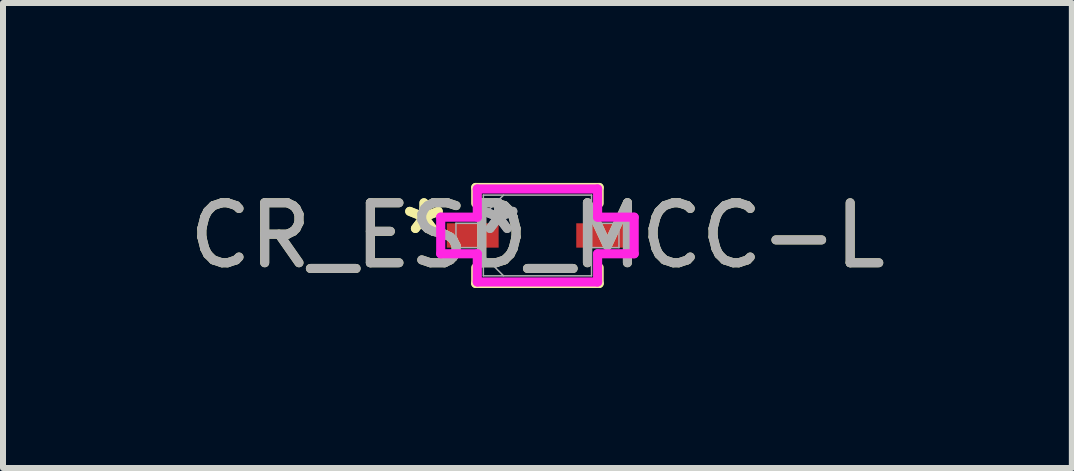
<source format=kicad_pcb>
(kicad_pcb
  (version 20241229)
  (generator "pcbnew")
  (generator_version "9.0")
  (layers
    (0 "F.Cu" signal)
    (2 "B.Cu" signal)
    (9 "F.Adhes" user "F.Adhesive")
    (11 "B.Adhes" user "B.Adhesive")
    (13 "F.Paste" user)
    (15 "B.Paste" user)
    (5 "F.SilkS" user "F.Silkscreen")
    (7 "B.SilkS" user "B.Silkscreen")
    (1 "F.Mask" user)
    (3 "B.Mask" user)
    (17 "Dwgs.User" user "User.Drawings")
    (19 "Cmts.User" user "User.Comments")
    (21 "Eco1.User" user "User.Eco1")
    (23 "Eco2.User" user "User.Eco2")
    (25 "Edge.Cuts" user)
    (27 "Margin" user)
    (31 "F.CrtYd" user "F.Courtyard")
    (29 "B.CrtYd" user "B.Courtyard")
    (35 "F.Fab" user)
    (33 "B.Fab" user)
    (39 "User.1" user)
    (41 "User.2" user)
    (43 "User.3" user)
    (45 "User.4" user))
  (footprint "CR_ESD_MCC-L"
    (layer "F.Cu")
    (at 5.911 0.876)
    (property "Reference" "CR_ESD_MCC-L" (at 0 0 0) (unlocked yes) (layer "F.SilkS") (effects (font (size 1 1) (thickness 0.15))))
    (attr smd)
    (fp_line (start -1.029 -0.8) (end -1.029 -0.536) (stroke (width 0.152) (type solid)) (layer "F.SilkS"))
    (fp_line (start -1.029 0.536) (end -1.029 0.8) (stroke (width 0.152) (type solid)) (layer "F.SilkS"))
    (fp_line (start -1.029 0.8) (end 1.029 0.8) (stroke (width 0.152) (type solid)) (layer "F.SilkS"))
    (fp_line (start 1.029 -0.8) (end -1.029 -0.8) (stroke (width 0.152) (type solid)) (layer "F.SilkS"))
    (fp_line (start 1.029 -0.536) (end 1.029 -0.8) (stroke (width 0.152) (type solid)) (layer "F.SilkS"))
    (fp_line (start 1.029 0.8) (end 1.029 0.536) (stroke (width 0.152) (type solid)) (layer "F.SilkS"))
    (fp_line (start -1.613 -0.305) (end -1.003 -0.305) (stroke (width 0.152) (type solid)) (layer "F.CrtYd"))
    (fp_line (start -1.613 0.305) (end -1.613 -0.305) (stroke (width 0.152) (type solid)) (layer "F.CrtYd"))
    (fp_line (start -1.003 -0.775) (end 1.003 -0.775) (stroke (width 0.152) (type solid)) (layer "F.CrtYd"))
    (fp_line (start -1.003 -0.305) (end -1.003 -0.775) (stroke (width 0.152) (type solid)) (layer "F.CrtYd"))
    (fp_line (start -1.003 0.305) (end -1.613 0.305) (stroke (width 0.152) (type solid)) (layer "F.CrtYd"))
    (fp_line (start -1.003 0.775) (end -1.003 0.305) (stroke (width 0.152) (type solid)) (layer "F.CrtYd"))
    (fp_line (start 1.003 -0.775) (end 1.003 -0.305) (stroke (width 0.152) (type solid)) (layer "F.CrtYd"))
    (fp_line (start 1.003 -0.305) (end 1.613 -0.305) (stroke (width 0.152) (type solid)) (layer "F.CrtYd"))
    (fp_line (start 1.003 0.305) (end 1.003 0.775) (stroke (width 0.152) (type solid)) (layer "F.CrtYd"))
    (fp_line (start 1.003 0.775) (end -1.003 0.775) (stroke (width 0.152) (type solid)) (layer "F.CrtYd"))
    (fp_line (start 1.613 -0.305) (end 1.613 0.305) (stroke (width 0.152) (type solid)) (layer "F.CrtYd"))
    (fp_line (start 1.613 0.305) (end 1.003 0.305) (stroke (width 0.152) (type solid)) (layer "F.CrtYd"))
    (fp_line (start -1.359 -0.203) (end -1.359 0.203) (stroke (width 0.025) (type solid)) (layer "F.Fab"))
    (fp_line (start -1.359 0.203) (end -0.902 0.203) (stroke (width 0.025) (type solid)) (layer "F.Fab"))
    (fp_line (start -0.902 -0.673) (end -0.902 0.673) (stroke (width 0.025) (type solid)) (layer "F.Fab"))
    (fp_line (start -0.902 -0.337) (end -0.565 -0.673) (stroke (width 0.025) (type solid)) (layer "F.Fab"))
    (fp_line (start -0.902 -0.203) (end -1.359 -0.203) (stroke (width 0.025) (type solid)) (layer "F.Fab"))
    (fp_line (start -0.902 0.203) (end -0.902 -0.203) (stroke (width 0.025) (type solid)) (layer "F.Fab"))
    (fp_line (start -0.902 0.337) (end -0.565 0.673) (stroke (width 0.025) (type solid)) (layer "F.Fab"))
    (fp_line (start -0.902 0.673) (end 0.902 0.673) (stroke (width 0.025) (type solid)) (layer "F.Fab"))
    (fp_line (start 0.902 -0.673) (end -0.902 -0.673) (stroke (width 0.025) (type solid)) (layer "F.Fab"))
    (fp_line (start 0.902 -0.203) (end 0.902 0.203) (stroke (width 0.025) (type solid)) (layer "F.Fab"))
    (fp_line (start 0.902 0.203) (end 1.359 0.203) (stroke (width 0.025) (type solid)) (layer "F.Fab"))
    (fp_line (start 0.902 0.673) (end 0.902 -0.673) (stroke (width 0.025) (type solid)) (layer "F.Fab"))
    (fp_line (start 1.359 -0.203) (end 0.902 -0.203) (stroke (width 0.025) (type solid)) (layer "F.Fab"))
    (fp_line (start 1.359 0.203) (end 1.359 -0.203) (stroke (width 0.025) (type solid)) (layer "F.Fab"))
    (fp_text user "*" (at -1.892 0 0) (unlocked yes) (layer "F.SilkS") (effects (font (size 1 1) (thickness 0.15))))
    (fp_text user "*" (at -1.892 0 0) (layer "F.SilkS") (effects (font (size 1 1) (thickness 0.15))))
    (fp_text user "*" (at -0.648 0 0) (unlocked yes) (layer "F.Fab") (effects (font (size 1 1) (thickness 0.15))))
    (fp_text user "${REFERENCE}" (at 0 0 0) (unlocked yes) (layer "F.Fab") (effects (font (size 1 1) (thickness 0.15))))
    (fp_text user "*" (at -0.648 0 0) (layer "F.Fab") (effects (font (size 1 1) (thickness 0.15))))
    (pad "1" smd rect (at -1.079 0) (size 0.864 0.406) (layers "F.Cu" "F.Mask" "F.Paste"))
    (pad "2" smd rect (at 1.079 0) (size 0.864 0.406) (layers "F.Cu" "F.Mask" "F.Paste")))
  (gr_rect
    (start -3 -3)
    (end 14.821 4.753)
    (stroke (width 0.1) (type default))
    (fill no)
    (layer "Edge.Cuts")))
</source>
